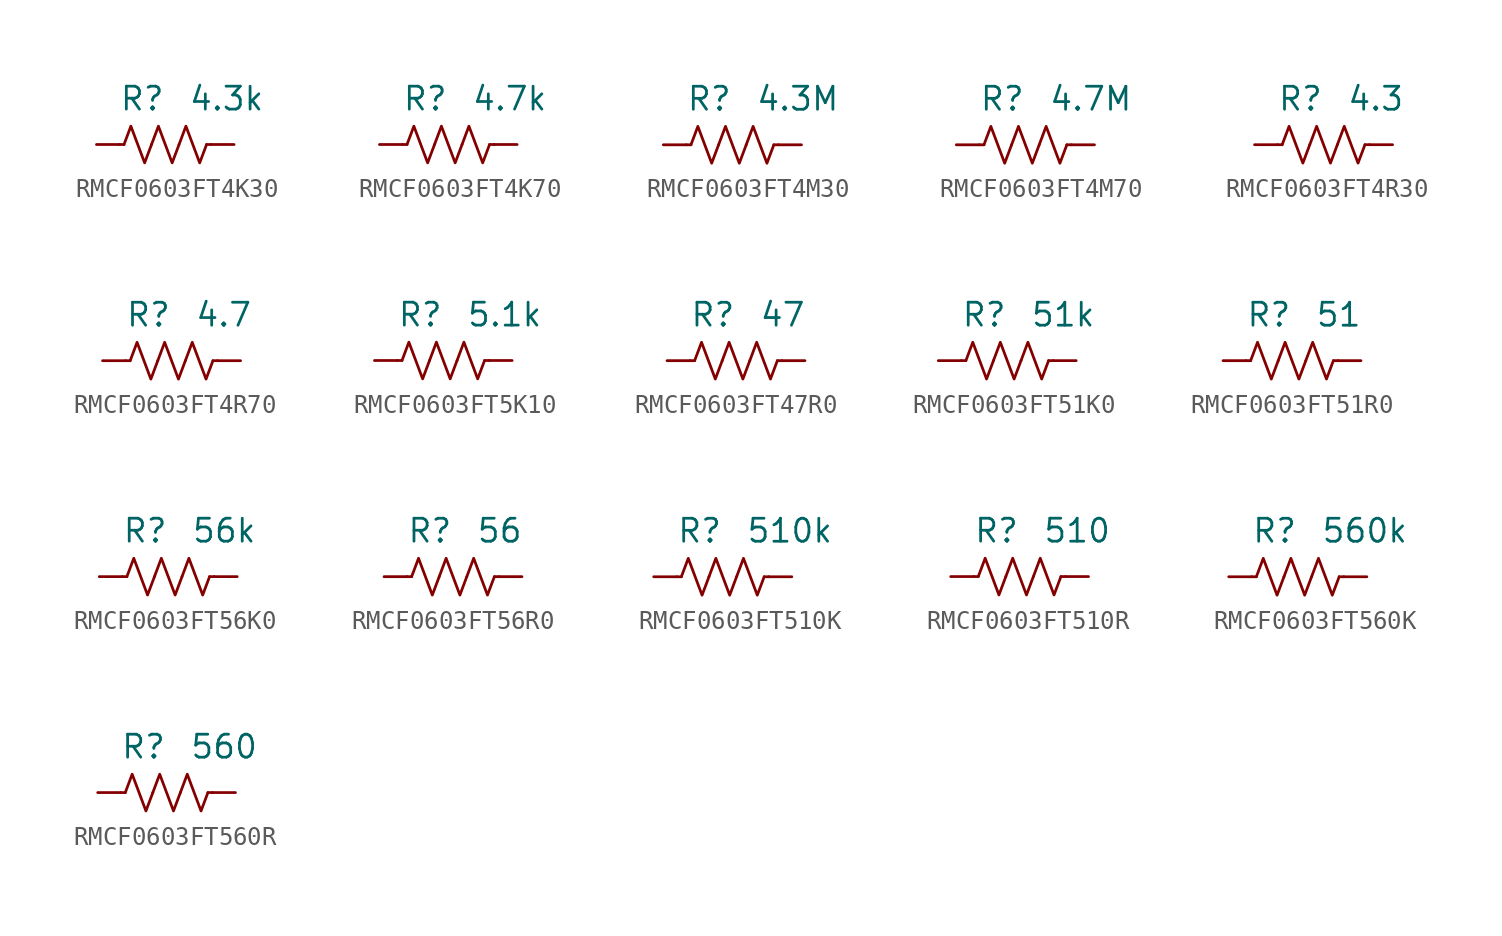
<source format=kicad_sym>
(kicad_symbol_lib
  (version 20241209)
  (generator "kicad_symbol_editor")
  (generator_version "9.0")
  (symbol "RMCF0603FT4K30"
    (pin_numbers
      (hide yes))
    (property "Reference" "R"
      (at 0 2.54 0)
      (effects (font (size 1.27 1.27)) (justify right)))
    (property "Value" "4.3k"
      (at 1.27 2.54 0)
      (effects (font (size 1.27 1.27)) (justify left)))
    (symbol "RMCF0603FT4K30_0_1"
      (polyline (pts (xy -2.286 0) (xy -2.54 0)) (stroke (width 0) (type default)) (fill (type none)))
      (polyline (pts (xy -2.286 0) (xy -1.905 1.016) (xy -1.524 0) (xy -1.143 -1.016) (xy -0.762 0)) (stroke (width 0) (type default)) (fill (type none)))
      (polyline (pts (xy -0.762 0) (xy -0.381 1.016) (xy 0 0) (xy 0.381 -1.016) (xy 0.762 0)) (stroke (width 0) (type default)) (fill (type none)))
      (polyline (pts (xy 0.762 0) (xy 1.143 1.016) (xy 1.524 0) (xy 1.905 -1.016) (xy 2.286 0)) (stroke (width 0) (type default)) (fill (type none)))
      (polyline (pts (xy 2.286 0) (xy 2.54 0)) (stroke (width 0) (type default)) (fill (type none))))
    (symbol "RMCF0603FT4K30_1_1"
      (pin passive line (at -3.81 0 0) (length 1.27) (name "~" (effects (font (size 1.27 1.27)))) (number "1" (effects (font (size 1.27 1.27)))))
      (pin passive line (at 3.81 0 180) (length 1.27) (name "~" (effects (font (size 1.27 1.27)))) (number "2" (effects (font (size 1.27 1.27)))))))
  (symbol "RMCF0603FT4K70"
    (pin_numbers
      (hide yes))
    (property "Reference" "R"
      (at 0 2.54 0)
      (effects (font (size 1.27 1.27)) (justify right)))
    (property "Value" "4.7k"
      (at 1.27 2.54 0)
      (effects (font (size 1.27 1.27)) (justify left)))
    (symbol "RMCF0603FT4K70_0_1"
      (polyline (pts (xy -2.286 0) (xy -2.54 0)) (stroke (width 0) (type default)) (fill (type none)))
      (polyline (pts (xy -2.286 0) (xy -1.905 1.016) (xy -1.524 0) (xy -1.143 -1.016) (xy -0.762 0)) (stroke (width 0) (type default)) (fill (type none)))
      (polyline (pts (xy -0.762 0) (xy -0.381 1.016) (xy 0 0) (xy 0.381 -1.016) (xy 0.762 0)) (stroke (width 0) (type default)) (fill (type none)))
      (polyline (pts (xy 0.762 0) (xy 1.143 1.016) (xy 1.524 0) (xy 1.905 -1.016) (xy 2.286 0)) (stroke (width 0) (type default)) (fill (type none)))
      (polyline (pts (xy 2.286 0) (xy 2.54 0)) (stroke (width 0) (type default)) (fill (type none))))
    (symbol "RMCF0603FT4K70_1_1"
      (pin passive line (at -3.81 0 0) (length 1.27) (name "~" (effects (font (size 1.27 1.27)))) (number "1" (effects (font (size 1.27 1.27)))))
      (pin passive line (at 3.81 0 180) (length 1.27) (name "~" (effects (font (size 1.27 1.27)))) (number "2" (effects (font (size 1.27 1.27)))))))
  (symbol "RMCF0603FT4M30"
    (pin_numbers
      (hide yes))
    (property "Reference" "R"
      (at 0 2.54 0)
      (effects (font (size 1.27 1.27)) (justify right)))
    (property "Value" "4.3M"
      (at 1.27 2.54 0)
      (effects (font (size 1.27 1.27)) (justify left)))
    (symbol "RMCF0603FT4M30_0_1"
      (polyline (pts (xy -2.286 0) (xy -2.54 0)) (stroke (width 0) (type default)) (fill (type none)))
      (polyline (pts (xy -2.286 0) (xy -1.905 1.016) (xy -1.524 0) (xy -1.143 -1.016) (xy -0.762 0)) (stroke (width 0) (type default)) (fill (type none)))
      (polyline (pts (xy -0.762 0) (xy -0.381 1.016) (xy 0 0) (xy 0.381 -1.016) (xy 0.762 0)) (stroke (width 0) (type default)) (fill (type none)))
      (polyline (pts (xy 0.762 0) (xy 1.143 1.016) (xy 1.524 0) (xy 1.905 -1.016) (xy 2.286 0)) (stroke (width 0) (type default)) (fill (type none)))
      (polyline (pts (xy 2.286 0) (xy 2.54 0)) (stroke (width 0) (type default)) (fill (type none))))
    (symbol "RMCF0603FT4M30_1_1"
      (pin passive line (at -3.81 0 0) (length 1.27) (name "~" (effects (font (size 1.27 1.27)))) (number "1" (effects (font (size 1.27 1.27)))))
      (pin passive line (at 3.81 0 180) (length 1.27) (name "~" (effects (font (size 1.27 1.27)))) (number "2" (effects (font (size 1.27 1.27)))))))
  (symbol "RMCF0603FT4M70"
    (pin_numbers
      (hide yes))
    (property "Reference" "R"
      (at 0 2.54 0)
      (effects (font (size 1.27 1.27)) (justify right)))
    (property "Value" "4.7M"
      (at 1.27 2.54 0)
      (effects (font (size 1.27 1.27)) (justify left)))
    (symbol "RMCF0603FT4M70_0_1"
      (polyline (pts (xy -2.286 0) (xy -2.54 0)) (stroke (width 0) (type default)) (fill (type none)))
      (polyline (pts (xy -2.286 0) (xy -1.905 1.016) (xy -1.524 0) (xy -1.143 -1.016) (xy -0.762 0)) (stroke (width 0) (type default)) (fill (type none)))
      (polyline (pts (xy -0.762 0) (xy -0.381 1.016) (xy 0 0) (xy 0.381 -1.016) (xy 0.762 0)) (stroke (width 0) (type default)) (fill (type none)))
      (polyline (pts (xy 0.762 0) (xy 1.143 1.016) (xy 1.524 0) (xy 1.905 -1.016) (xy 2.286 0)) (stroke (width 0) (type default)) (fill (type none)))
      (polyline (pts (xy 2.286 0) (xy 2.54 0)) (stroke (width 0) (type default)) (fill (type none))))
    (symbol "RMCF0603FT4M70_1_1"
      (pin passive line (at -3.81 0 0) (length 1.27) (name "~" (effects (font (size 1.27 1.27)))) (number "1" (effects (font (size 1.27 1.27)))))
      (pin passive line (at 3.81 0 180) (length 1.27) (name "~" (effects (font (size 1.27 1.27)))) (number "2" (effects (font (size 1.27 1.27)))))))
  (symbol "RMCF0603FT4R30"
    (pin_numbers
      (hide yes))
    (property "Reference" "R"
      (at 0 2.54 0)
      (effects (font (size 1.27 1.27)) (justify right)))
    (property "Value" "4.3"
      (at 1.27 2.54 0)
      (effects (font (size 1.27 1.27)) (justify left)))
    (symbol "RMCF0603FT4R30_0_1"
      (polyline (pts (xy -2.286 0) (xy -2.54 0)) (stroke (width 0) (type default)) (fill (type none)))
      (polyline (pts (xy -2.286 0) (xy -1.905 1.016) (xy -1.524 0) (xy -1.143 -1.016) (xy -0.762 0)) (stroke (width 0) (type default)) (fill (type none)))
      (polyline (pts (xy -0.762 0) (xy -0.381 1.016) (xy 0 0) (xy 0.381 -1.016) (xy 0.762 0)) (stroke (width 0) (type default)) (fill (type none)))
      (polyline (pts (xy 0.762 0) (xy 1.143 1.016) (xy 1.524 0) (xy 1.905 -1.016) (xy 2.286 0)) (stroke (width 0) (type default)) (fill (type none)))
      (polyline (pts (xy 2.286 0) (xy 2.54 0)) (stroke (width 0) (type default)) (fill (type none))))
    (symbol "RMCF0603FT4R30_1_1"
      (pin passive line (at -3.81 0 0) (length 1.27) (name "~" (effects (font (size 1.27 1.27)))) (number "1" (effects (font (size 1.27 1.27)))))
      (pin passive line (at 3.81 0 180) (length 1.27) (name "~" (effects (font (size 1.27 1.27)))) (number "2" (effects (font (size 1.27 1.27)))))))
  (symbol "RMCF0603FT4R70"
    (pin_numbers
      (hide yes))
    (property "Reference" "R"
      (at 0 2.54 0)
      (effects (font (size 1.27 1.27)) (justify right)))
    (property "Value" "4.7"
      (at 1.27 2.54 0)
      (effects (font (size 1.27 1.27)) (justify left)))
    (symbol "RMCF0603FT4R70_0_1"
      (polyline (pts (xy -2.286 0) (xy -2.54 0)) (stroke (width 0) (type default)) (fill (type none)))
      (polyline (pts (xy -2.286 0) (xy -1.905 1.016) (xy -1.524 0) (xy -1.143 -1.016) (xy -0.762 0)) (stroke (width 0) (type default)) (fill (type none)))
      (polyline (pts (xy -0.762 0) (xy -0.381 1.016) (xy 0 0) (xy 0.381 -1.016) (xy 0.762 0)) (stroke (width 0) (type default)) (fill (type none)))
      (polyline (pts (xy 0.762 0) (xy 1.143 1.016) (xy 1.524 0) (xy 1.905 -1.016) (xy 2.286 0)) (stroke (width 0) (type default)) (fill (type none)))
      (polyline (pts (xy 2.286 0) (xy 2.54 0)) (stroke (width 0) (type default)) (fill (type none))))
    (symbol "RMCF0603FT4R70_1_1"
      (pin passive line (at -3.81 0 0) (length 1.27) (name "~" (effects (font (size 1.27 1.27)))) (number "1" (effects (font (size 1.27 1.27)))))
      (pin passive line (at 3.81 0 180) (length 1.27) (name "~" (effects (font (size 1.27 1.27)))) (number "2" (effects (font (size 1.27 1.27)))))))
  (symbol "RMCF0603FT5K10"
    (pin_numbers
      (hide yes))
    (property "Reference" "R"
      (at 0 2.54 0)
      (effects (font (size 1.27 1.27)) (justify right)))
    (property "Value" "5.1k"
      (at 1.27 2.54 0)
      (effects (font (size 1.27 1.27)) (justify left)))
    (symbol "RMCF0603FT5K10_0_1"
      (polyline (pts (xy -2.286 0) (xy -2.54 0)) (stroke (width 0) (type default)) (fill (type none)))
      (polyline (pts (xy -2.286 0) (xy -1.905 1.016) (xy -1.524 0) (xy -1.143 -1.016) (xy -0.762 0)) (stroke (width 0) (type default)) (fill (type none)))
      (polyline (pts (xy -0.762 0) (xy -0.381 1.016) (xy 0 0) (xy 0.381 -1.016) (xy 0.762 0)) (stroke (width 0) (type default)) (fill (type none)))
      (polyline (pts (xy 0.762 0) (xy 1.143 1.016) (xy 1.524 0) (xy 1.905 -1.016) (xy 2.286 0)) (stroke (width 0) (type default)) (fill (type none)))
      (polyline (pts (xy 2.286 0) (xy 2.54 0)) (stroke (width 0) (type default)) (fill (type none))))
    (symbol "RMCF0603FT5K10_1_1"
      (pin passive line (at -3.81 0 0) (length 1.27) (name "~" (effects (font (size 1.27 1.27)))) (number "1" (effects (font (size 1.27 1.27)))))
      (pin passive line (at 3.81 0 180) (length 1.27) (name "~" (effects (font (size 1.27 1.27)))) (number "2" (effects (font (size 1.27 1.27)))))))
  (symbol "RMCF0603FT47R0"
    (pin_numbers
      (hide yes))
    (property "Reference" "R"
      (at 0 2.54 0)
      (effects (font (size 1.27 1.27)) (justify right)))
    (property "Value" "47"
      (at 1.27 2.54 0)
      (effects (font (size 1.27 1.27)) (justify left)))
    (symbol "RMCF0603FT47R0_0_1"
      (polyline (pts (xy -2.286 0) (xy -2.54 0)) (stroke (width 0) (type default)) (fill (type none)))
      (polyline (pts (xy -2.286 0) (xy -1.905 1.016) (xy -1.524 0) (xy -1.143 -1.016) (xy -0.762 0)) (stroke (width 0) (type default)) (fill (type none)))
      (polyline (pts (xy -0.762 0) (xy -0.381 1.016) (xy 0 0) (xy 0.381 -1.016) (xy 0.762 0)) (stroke (width 0) (type default)) (fill (type none)))
      (polyline (pts (xy 0.762 0) (xy 1.143 1.016) (xy 1.524 0) (xy 1.905 -1.016) (xy 2.286 0)) (stroke (width 0) (type default)) (fill (type none)))
      (polyline (pts (xy 2.286 0) (xy 2.54 0)) (stroke (width 0) (type default)) (fill (type none))))
    (symbol "RMCF0603FT47R0_1_1"
      (pin passive line (at -3.81 0 0) (length 1.27) (name "~" (effects (font (size 1.27 1.27)))) (number "1" (effects (font (size 1.27 1.27)))))
      (pin passive line (at 3.81 0 180) (length 1.27) (name "~" (effects (font (size 1.27 1.27)))) (number "2" (effects (font (size 1.27 1.27)))))))
  (symbol "RMCF0603FT51K0"
    (pin_numbers
      (hide yes))
    (property "Reference" "R"
      (at 0 2.54 0)
      (effects (font (size 1.27 1.27)) (justify right)))
    (property "Value" "51k"
      (at 1.27 2.54 0)
      (effects (font (size 1.27 1.27)) (justify left)))
    (symbol "RMCF0603FT51K0_0_1"
      (polyline (pts (xy -2.286 0) (xy -2.54 0)) (stroke (width 0) (type default)) (fill (type none)))
      (polyline (pts (xy -2.286 0) (xy -1.905 1.016) (xy -1.524 0) (xy -1.143 -1.016) (xy -0.762 0)) (stroke (width 0) (type default)) (fill (type none)))
      (polyline (pts (xy -0.762 0) (xy -0.381 1.016) (xy 0 0) (xy 0.381 -1.016) (xy 0.762 0)) (stroke (width 0) (type default)) (fill (type none)))
      (polyline (pts (xy 0.762 0) (xy 1.143 1.016) (xy 1.524 0) (xy 1.905 -1.016) (xy 2.286 0)) (stroke (width 0) (type default)) (fill (type none)))
      (polyline (pts (xy 2.286 0) (xy 2.54 0)) (stroke (width 0) (type default)) (fill (type none))))
    (symbol "RMCF0603FT51K0_1_1"
      (pin passive line (at -3.81 0 0) (length 1.27) (name "~" (effects (font (size 1.27 1.27)))) (number "1" (effects (font (size 1.27 1.27)))))
      (pin passive line (at 3.81 0 180) (length 1.27) (name "~" (effects (font (size 1.27 1.27)))) (number "2" (effects (font (size 1.27 1.27)))))))
  (symbol "RMCF0603FT51R0"
    (pin_numbers
      (hide yes))
    (property "Reference" "R"
      (at 0 2.54 0)
      (effects (font (size 1.27 1.27)) (justify right)))
    (property "Value" "51"
      (at 1.27 2.54 0)
      (effects (font (size 1.27 1.27)) (justify left)))
    (symbol "RMCF0603FT51R0_0_1"
      (polyline (pts (xy -2.286 0) (xy -2.54 0)) (stroke (width 0) (type default)) (fill (type none)))
      (polyline (pts (xy -2.286 0) (xy -1.905 1.016) (xy -1.524 0) (xy -1.143 -1.016) (xy -0.762 0)) (stroke (width 0) (type default)) (fill (type none)))
      (polyline (pts (xy -0.762 0) (xy -0.381 1.016) (xy 0 0) (xy 0.381 -1.016) (xy 0.762 0)) (stroke (width 0) (type default)) (fill (type none)))
      (polyline (pts (xy 0.762 0) (xy 1.143 1.016) (xy 1.524 0) (xy 1.905 -1.016) (xy 2.286 0)) (stroke (width 0) (type default)) (fill (type none)))
      (polyline (pts (xy 2.286 0) (xy 2.54 0)) (stroke (width 0) (type default)) (fill (type none))))
    (symbol "RMCF0603FT51R0_1_1"
      (pin passive line (at -3.81 0 0) (length 1.27) (name "~" (effects (font (size 1.27 1.27)))) (number "1" (effects (font (size 1.27 1.27)))))
      (pin passive line (at 3.81 0 180) (length 1.27) (name "~" (effects (font (size 1.27 1.27)))) (number "2" (effects (font (size 1.27 1.27)))))))
  (symbol "RMCF0603FT56K0"
    (pin_numbers
      (hide yes))
    (property "Reference" "R"
      (at 0 2.54 0)
      (effects (font (size 1.27 1.27)) (justify right)))
    (property "Value" "56k"
      (at 1.27 2.54 0)
      (effects (font (size 1.27 1.27)) (justify left)))
    (symbol "RMCF0603FT56K0_0_1"
      (polyline (pts (xy -2.286 0) (xy -2.54 0)) (stroke (width 0) (type default)) (fill (type none)))
      (polyline (pts (xy -2.286 0) (xy -1.905 1.016) (xy -1.524 0) (xy -1.143 -1.016) (xy -0.762 0)) (stroke (width 0) (type default)) (fill (type none)))
      (polyline (pts (xy -0.762 0) (xy -0.381 1.016) (xy 0 0) (xy 0.381 -1.016) (xy 0.762 0)) (stroke (width 0) (type default)) (fill (type none)))
      (polyline (pts (xy 0.762 0) (xy 1.143 1.016) (xy 1.524 0) (xy 1.905 -1.016) (xy 2.286 0)) (stroke (width 0) (type default)) (fill (type none)))
      (polyline (pts (xy 2.286 0) (xy 2.54 0)) (stroke (width 0) (type default)) (fill (type none))))
    (symbol "RMCF0603FT56K0_1_1"
      (pin passive line (at -3.81 0 0) (length 1.27) (name "~" (effects (font (size 1.27 1.27)))) (number "1" (effects (font (size 1.27 1.27)))))
      (pin passive line (at 3.81 0 180) (length 1.27) (name "~" (effects (font (size 1.27 1.27)))) (number "2" (effects (font (size 1.27 1.27)))))))
  (symbol "RMCF0603FT56R0"
    (pin_numbers
      (hide yes))
    (property "Reference" "R"
      (at 0 2.54 0)
      (effects (font (size 1.27 1.27)) (justify right)))
    (property "Value" "56"
      (at 1.27 2.54 0)
      (effects (font (size 1.27 1.27)) (justify left)))
    (symbol "RMCF0603FT56R0_0_1"
      (polyline (pts (xy -2.286 0) (xy -2.54 0)) (stroke (width 0) (type default)) (fill (type none)))
      (polyline (pts (xy -2.286 0) (xy -1.905 1.016) (xy -1.524 0) (xy -1.143 -1.016) (xy -0.762 0)) (stroke (width 0) (type default)) (fill (type none)))
      (polyline (pts (xy -0.762 0) (xy -0.381 1.016) (xy 0 0) (xy 0.381 -1.016) (xy 0.762 0)) (stroke (width 0) (type default)) (fill (type none)))
      (polyline (pts (xy 0.762 0) (xy 1.143 1.016) (xy 1.524 0) (xy 1.905 -1.016) (xy 2.286 0)) (stroke (width 0) (type default)) (fill (type none)))
      (polyline (pts (xy 2.286 0) (xy 2.54 0)) (stroke (width 0) (type default)) (fill (type none))))
    (symbol "RMCF0603FT56R0_1_1"
      (pin passive line (at -3.81 0 0) (length 1.27) (name "~" (effects (font (size 1.27 1.27)))) (number "1" (effects (font (size 1.27 1.27)))))
      (pin passive line (at 3.81 0 180) (length 1.27) (name "~" (effects (font (size 1.27 1.27)))) (number "2" (effects (font (size 1.27 1.27)))))))
  (symbol "RMCF0603FT510K"
    (pin_numbers
      (hide yes))
    (property "Reference" "R"
      (at 0 2.54 0)
      (effects (font (size 1.27 1.27)) (justify right)))
    (property "Value" "510k"
      (at 1.27 2.54 0)
      (effects (font (size 1.27 1.27)) (justify left)))
    (symbol "RMCF0603FT510K_0_1"
      (polyline (pts (xy -2.286 0) (xy -2.54 0)) (stroke (width 0) (type default)) (fill (type none)))
      (polyline (pts (xy -2.286 0) (xy -1.905 1.016) (xy -1.524 0) (xy -1.143 -1.016) (xy -0.762 0)) (stroke (width 0) (type default)) (fill (type none)))
      (polyline (pts (xy -0.762 0) (xy -0.381 1.016) (xy 0 0) (xy 0.381 -1.016) (xy 0.762 0)) (stroke (width 0) (type default)) (fill (type none)))
      (polyline (pts (xy 0.762 0) (xy 1.143 1.016) (xy 1.524 0) (xy 1.905 -1.016) (xy 2.286 0)) (stroke (width 0) (type default)) (fill (type none)))
      (polyline (pts (xy 2.286 0) (xy 2.54 0)) (stroke (width 0) (type default)) (fill (type none))))
    (symbol "RMCF0603FT510K_1_1"
      (pin passive line (at -3.81 0 0) (length 1.27) (name "~" (effects (font (size 1.27 1.27)))) (number "1" (effects (font (size 1.27 1.27)))))
      (pin passive line (at 3.81 0 180) (length 1.27) (name "~" (effects (font (size 1.27 1.27)))) (number "2" (effects (font (size 1.27 1.27)))))))
  (symbol "RMCF0603FT510R"
    (pin_numbers
      (hide yes))
    (property "Reference" "R"
      (at 0 2.54 0)
      (effects (font (size 1.27 1.27)) (justify right)))
    (property "Value" "510"
      (at 1.27 2.54 0)
      (effects (font (size 1.27 1.27)) (justify left)))
    (symbol "RMCF0603FT510R_0_1"
      (polyline (pts (xy -2.286 0) (xy -2.54 0)) (stroke (width 0) (type default)) (fill (type none)))
      (polyline (pts (xy -2.286 0) (xy -1.905 1.016) (xy -1.524 0) (xy -1.143 -1.016) (xy -0.762 0)) (stroke (width 0) (type default)) (fill (type none)))
      (polyline (pts (xy -0.762 0) (xy -0.381 1.016) (xy 0 0) (xy 0.381 -1.016) (xy 0.762 0)) (stroke (width 0) (type default)) (fill (type none)))
      (polyline (pts (xy 0.762 0) (xy 1.143 1.016) (xy 1.524 0) (xy 1.905 -1.016) (xy 2.286 0)) (stroke (width 0) (type default)) (fill (type none)))
      (polyline (pts (xy 2.286 0) (xy 2.54 0)) (stroke (width 0) (type default)) (fill (type none))))
    (symbol "RMCF0603FT510R_1_1"
      (pin passive line (at -3.81 0 0) (length 1.27) (name "~" (effects (font (size 1.27 1.27)))) (number "1" (effects (font (size 1.27 1.27)))))
      (pin passive line (at 3.81 0 180) (length 1.27) (name "~" (effects (font (size 1.27 1.27)))) (number "2" (effects (font (size 1.27 1.27)))))))
  (symbol "RMCF0603FT560K"
    (pin_numbers
      (hide yes))
    (property "Reference" "R"
      (at 0 2.54 0)
      (effects (font (size 1.27 1.27)) (justify right)))
    (property "Value" "560k"
      (at 1.27 2.54 0)
      (effects (font (size 1.27 1.27)) (justify left)))
    (symbol "RMCF0603FT560K_0_1"
      (polyline (pts (xy -2.286 0) (xy -2.54 0)) (stroke (width 0) (type default)) (fill (type none)))
      (polyline (pts (xy -2.286 0) (xy -1.905 1.016) (xy -1.524 0) (xy -1.143 -1.016) (xy -0.762 0)) (stroke (width 0) (type default)) (fill (type none)))
      (polyline (pts (xy -0.762 0) (xy -0.381 1.016) (xy 0 0) (xy 0.381 -1.016) (xy 0.762 0)) (stroke (width 0) (type default)) (fill (type none)))
      (polyline (pts (xy 0.762 0) (xy 1.143 1.016) (xy 1.524 0) (xy 1.905 -1.016) (xy 2.286 0)) (stroke (width 0) (type default)) (fill (type none)))
      (polyline (pts (xy 2.286 0) (xy 2.54 0)) (stroke (width 0) (type default)) (fill (type none))))
    (symbol "RMCF0603FT560K_1_1"
      (pin passive line (at -3.81 0 0) (length 1.27) (name "~" (effects (font (size 1.27 1.27)))) (number "1" (effects (font (size 1.27 1.27)))))
      (pin passive line (at 3.81 0 180) (length 1.27) (name "~" (effects (font (size 1.27 1.27)))) (number "2" (effects (font (size 1.27 1.27)))))))
  (symbol "RMCF0603FT560R"
    (pin_numbers
      (hide yes))
    (property "Reference" "R"
      (at 0 2.54 0)
      (effects (font (size 1.27 1.27)) (justify right)))
    (property "Value" "560"
      (at 1.27 2.54 0)
      (effects (font (size 1.27 1.27)) (justify left)))
    (symbol "RMCF0603FT560R_0_1"
      (polyline (pts (xy -2.286 0) (xy -2.54 0)) (stroke (width 0) (type default)) (fill (type none)))
      (polyline (pts (xy -2.286 0) (xy -1.905 1.016) (xy -1.524 0) (xy -1.143 -1.016) (xy -0.762 0)) (stroke (width 0) (type default)) (fill (type none)))
      (polyline (pts (xy -0.762 0) (xy -0.381 1.016) (xy 0 0) (xy 0.381 -1.016) (xy 0.762 0)) (stroke (width 0) (type default)) (fill (type none)))
      (polyline (pts (xy 0.762 0) (xy 1.143 1.016) (xy 1.524 0) (xy 1.905 -1.016) (xy 2.286 0)) (stroke (width 0) (type default)) (fill (type none)))
      (polyline (pts (xy 2.286 0) (xy 2.54 0)) (stroke (width 0) (type default)) (fill (type none))))
    (symbol "RMCF0603FT560R_1_1"
      (pin passive line (at -3.81 0 0) (length 1.27) (name "~" (effects (font (size 1.27 1.27)))) (number "1" (effects (font (size 1.27 1.27)))))
      (pin passive line (at 3.81 0 180) (length 1.27) (name "~" (effects (font (size 1.27 1.27)))) (number "2" (effects (font (size 1.27 1.27))))))))
</source>
